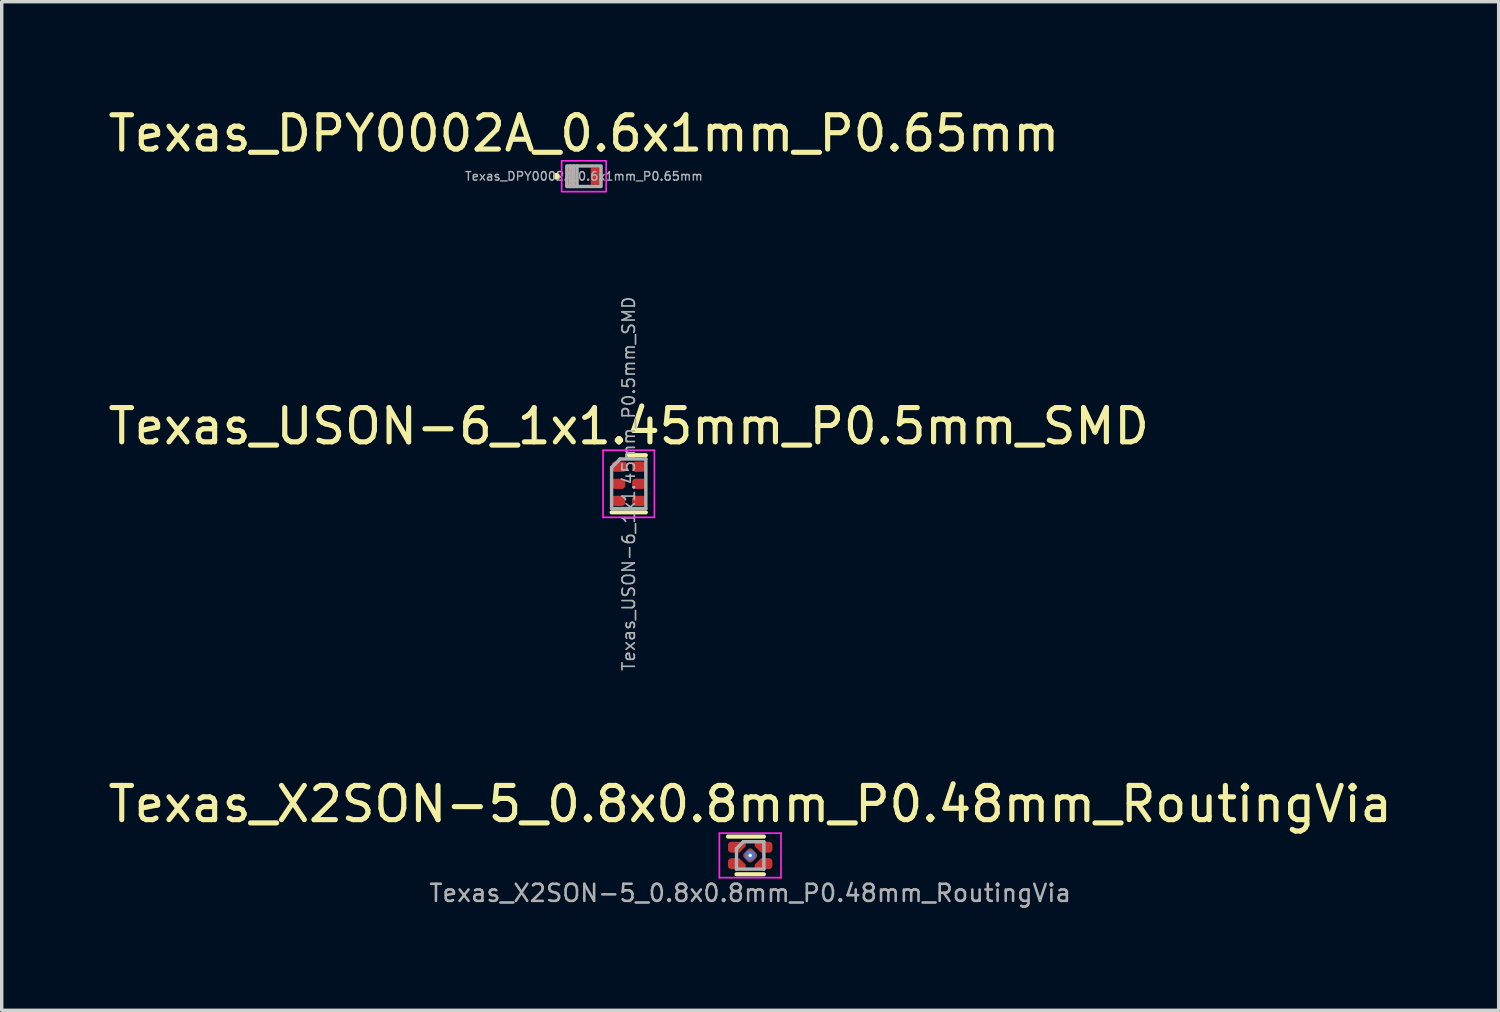
<source format=kicad_pcb>
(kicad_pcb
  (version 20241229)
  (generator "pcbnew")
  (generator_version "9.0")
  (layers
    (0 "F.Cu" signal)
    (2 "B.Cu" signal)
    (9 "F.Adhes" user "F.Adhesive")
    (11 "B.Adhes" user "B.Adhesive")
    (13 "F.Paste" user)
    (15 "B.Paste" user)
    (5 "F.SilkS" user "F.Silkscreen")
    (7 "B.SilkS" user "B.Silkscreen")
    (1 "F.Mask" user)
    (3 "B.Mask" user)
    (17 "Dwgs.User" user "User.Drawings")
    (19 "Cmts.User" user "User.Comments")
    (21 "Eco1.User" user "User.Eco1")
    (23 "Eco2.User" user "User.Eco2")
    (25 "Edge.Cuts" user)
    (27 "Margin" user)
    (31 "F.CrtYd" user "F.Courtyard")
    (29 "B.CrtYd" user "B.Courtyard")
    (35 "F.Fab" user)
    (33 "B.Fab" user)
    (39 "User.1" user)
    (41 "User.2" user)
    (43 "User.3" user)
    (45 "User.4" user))
  (footprint "Texas_USON-6_1x1.45mm_P0.5mm_SMD"
    (layer "F.Cu")
    (at 15.315 11.081)
    (property "Reference" "Texas_USON-6_1x1.45mm_P0.5mm_SMD" (at 0 -1.68 0) (layer "F.SilkS") (effects (font (size 1 1) (thickness 0.15))))
    (attr smd)
    (fp_line (start -0.5 0.835) (end 0.5 0.835) (stroke (width 0.12) (type solid)) (layer "F.SilkS"))
    (fp_line (start 0 -0.835) (end 0.5 -0.835) (stroke (width 0.12) (type solid)) (layer "F.SilkS"))
    (fp_line (start -0.75 -0.98) (end -0.75 0.98) (stroke (width 0.05) (type solid)) (layer "F.CrtYd"))
    (fp_line (start -0.75 0.98) (end 0.75 0.98) (stroke (width 0.05) (type solid)) (layer "F.CrtYd"))
    (fp_line (start 0.75 -0.98) (end -0.75 -0.98) (stroke (width 0.05) (type solid)) (layer "F.CrtYd"))
    (fp_line (start 0.75 0.98) (end 0.75 -0.98) (stroke (width 0.05) (type solid)) (layer "F.CrtYd"))
    (fp_line (start -0.5 -0.475) (end -0.25 -0.725) (stroke (width 0.1) (type solid)) (layer "F.Fab"))
    (fp_line (start -0.5 0.725) (end -0.5 -0.475) (stroke (width 0.1) (type solid)) (layer "F.Fab"))
    (fp_line (start -0.25 -0.725) (end 0.5 -0.725) (stroke (width 0.1) (type solid)) (layer "F.Fab"))
    (fp_line (start 0.5 -0.725) (end 0.5 0.725) (stroke (width 0.1) (type solid)) (layer "F.Fab"))
    (fp_line (start 0.5 0.725) (end -0.5 0.725) (stroke (width 0.1) (type solid)) (layer "F.Fab"))
    (fp_text user "${REFERENCE}" (at 0 0 90) (layer "F.Fab") (effects (font (size 0.36 0.36) (thickness 0.05))))
    (pad "1" smd roundrect (at -0.275 -0.5) (size 0.45 0.3) (layers "F.Cu" "F.Mask" "F.Paste") (roundrect_rratio 0.333))
    (pad "2" smd roundrect (at -0.3 0) (size 0.4 0.3) (layers "F.Cu" "F.Mask" "F.Paste") (roundrect_rratio 0.333))
    (pad "3" smd roundrect (at -0.3 0.5) (size 0.4 0.3) (layers "F.Cu" "F.Mask" "F.Paste") (roundrect_rratio 0.333))
    (pad "4" smd roundrect (at 0.3 0.5) (size 0.4 0.3) (layers "F.Cu" "F.Mask" "F.Paste") (roundrect_rratio 0.333))
    (pad "5" smd roundrect (at 0.3 0) (size 0.4 0.3) (layers "F.Cu" "F.Mask" "F.Paste") (roundrect_rratio 0.333))
    (pad "6" smd roundrect (at 0.3 -0.5) (size 0.4 0.3) (layers "F.Cu" "F.Mask" "F.Paste") (roundrect_rratio 0.333)))
  (footprint "Texas_DPY0002A_0.6x1mm_P0.65mm"
    (layer "F.Cu")
    (at 14.006 2.098)
    (property "Reference" "Texas_DPY0002A_0.6x1mm_P0.65mm" (at 0 -1.25 0) (unlocked yes) (layer "F.SilkS") (effects (font (size 1 1) (thickness 0.15))))
    (attr smd)
    (fp_circle (center -0.8 0) (end -0.75 0) (stroke (width 0.1) (type solid)) (fill no) (layer "F.SilkS"))
    (fp_rect (start -0.65 -0.45) (end 0.65 0.45) (stroke (width 0.05) (type solid)) (fill no) (layer "F.CrtYd"))
    (fp_line (start -0.4 0.3) (end -0.4 -0.3) (stroke (width 0.1) (type solid)) (layer "F.Fab"))
    (fp_line (start -0.3 0.3) (end -0.3 -0.3) (stroke (width 0.1) (type solid)) (layer "F.Fab"))
    (fp_line (start -0.2 0.3) (end -0.2 -0.3) (stroke (width 0.1) (type solid)) (layer "F.Fab"))
    (fp_rect (start -0.5 -0.3) (end 0.5 0.3) (stroke (width 0.1) (type solid)) (fill no) (layer "F.Fab"))
    (fp_text user "${REFERENCE}" (at 0 0 0) (layer "F.Fab") (effects (font (size 0.25 0.25) (thickness 0.04))))
    (pad "1" smd rect (at -0.35 0) (size 0.3 0.5) (layers "F.Cu" "F.Mask" "F.Paste"))
    (pad "2" smd rect (at 0.35 0) (size 0.3 0.5) (layers "F.Cu" "F.Mask" "F.Paste")))
  (footprint "Texas_X2SON-5_0.8x0.8mm_P0.48mm_RoutingVia"
    (layer "F.Cu")
    (at 18.863 21.937)
    (property "Reference" "Texas_X2SON-5_0.8x0.8mm_P0.48mm_RoutingVia" (at 0 -1.5 0) (layer "F.SilkS") (effects (font (size 1 1) (thickness 0.15))))
    (attr smd)
    (fp_line (start -0.65 -0.55) (end 0.4 -0.55) (stroke (width 0.12) (type solid)) (layer "F.SilkS"))
    (fp_line (start -0.4 0.55) (end 0.4 0.55) (stroke (width 0.12) (type solid)) (layer "F.SilkS"))
    (fp_line (start -0.9 -0.65) (end 0.9 -0.65) (stroke (width 0.05) (type solid)) (layer "F.CrtYd"))
    (fp_line (start -0.9 0.65) (end -0.9 -0.65) (stroke (width 0.05) (type solid)) (layer "F.CrtYd"))
    (fp_line (start 0.9 -0.65) (end 0.9 0.65) (stroke (width 0.05) (type solid)) (layer "F.CrtYd"))
    (fp_line (start 0.9 0.65) (end -0.9 0.65) (stroke (width 0.05) (type solid)) (layer "F.CrtYd"))
    (fp_line (start -0.4 -0.2) (end -0.2 -0.4) (stroke (width 0.1) (type solid)) (layer "F.Fab"))
    (fp_line (start -0.4 0.4) (end -0.4 -0.2) (stroke (width 0.1) (type solid)) (layer "F.Fab"))
    (fp_line (start -0.2 -0.4) (end 0.4 -0.4) (stroke (width 0.1) (type solid)) (layer "F.Fab"))
    (fp_line (start 0.4 -0.4) (end 0.4 0.4) (stroke (width 0.1) (type solid)) (layer "F.Fab"))
    (fp_line (start 0.4 0.4) (end -0.4 0.4) (stroke (width 0.1) (type solid)) (layer "F.Fab"))
    (fp_text user "${REFERENCE}" (at 0 1.1 0) (unlocked yes) (layer "F.Fab") (effects (font (size 0.5 0.5) (thickness 0.075))))
    (pad "" smd custom (at -0.39 -0.24) (size 0.15 0.15) (layers "F.Mask" "F.Paste") (options (anchor circle)) (primitives (gr_poly (pts (xy 0.05 0.11) (xy 0.21 -0.05) (xy 0.21 -0.11) (xy -0.16 -0.11) (xy -0.195 -0.095) (xy -0.21 -0.06) (xy -0.21 0.06) (xy -0.195 0.095) (xy -0.16 0.11)) (width 0) (fill yes))))
    (pad "" smd custom (at -0.39 0.24) (size 0.05 0.05) (layers "F.Mask" "F.Paste") (options (anchor circle)) (primitives (gr_poly (pts (xy -0.16 -0.11) (xy 0.05 -0.11) (xy 0.21 0.05) (xy 0.21 0.11) (xy -0.16 0.11) (xy -0.195 0.095) (xy -0.21 0.06) (xy -0.21 -0.06) (xy -0.195 -0.095)) (width 0) (fill yes))))
    (pad "" smd custom (at 0.39 -0.24) (size 0.05 0.05) (layers "F.Mask" "F.Paste") (options (anchor circle)) (primitives (gr_poly (pts (xy 0.16 0.11) (xy -0.05 0.11) (xy -0.21 -0.05) (xy -0.21 -0.11) (xy 0.16 -0.11) (xy 0.195 -0.095) (xy 0.21 -0.06) (xy 0.21 0.06) (xy 0.195 0.095)) (width 0) (fill yes))))
    (pad "" smd custom (at 0.39 0.24) (size 0.15 0.15) (layers "F.Paste") (options (anchor circle)) (primitives (gr_poly (pts (xy -0.05 -0.11) (xy -0.21 0.05) (xy -0.21 0.11) (xy 0.16 0.11) (xy 0.195 0.095) (xy 0.21 0.06) (xy 0.21 -0.06) (xy 0.195 -0.095) (xy 0.16 -0.11)) (width 0) (fill yes))))
    (pad "1" smd custom (at -0.39 -0.24) (size 0.15 0.15) (layers "F.Cu" "F.Mask") (options (anchor circle)) (primitives (gr_poly (pts (xy 0.071 0.16) (xy 0.26 -0.029) (xy 0.26 -0.16) (xy -0.16 -0.16) (xy -0.21 -0.147) (xy -0.247 -0.11) (xy -0.26 -0.06) (xy -0.26 0.06) (xy -0.247 0.11) (xy -0.21 0.147) (xy -0.16 0.16)) (width 0) (fill yes))))
    (pad "2" smd custom (at -0.39 0.24) (size 0.05 0.05) (layers "F.Cu" "F.Mask") (options (anchor circle)) (primitives (gr_poly (pts (xy -0.21 -0.147) (xy -0.16 -0.16) (xy 0.071 -0.16) (xy 0.26 0.029) (xy 0.26 0.16) (xy -0.16 0.16) (xy -0.21 0.147) (xy -0.247 0.11) (xy -0.26 0.06) (xy -0.26 -0.06) (xy -0.247 -0.11)) (width 0) (fill yes))))
    (pad "3" thru_hole circle (at 0 0) (size 0.305 0.305) (drill 0.102) (layers "*.Cu" "*.Mask"))
    (pad "3" smd roundrect (at 0 0 45) (size 0.35 0.35) (layers "F.Cu" "F.Mask" "F.Paste") (roundrect_rratio 0.286))
    (pad "4" smd custom (at 0.39 0.24) (size 0.15 0.15) (layers "F.Cu" "F.Mask") (options (anchor circle)) (primitives (gr_poly (pts (xy -0.071 -0.16) (xy -0.26 0.029) (xy -0.26 0.16) (xy 0.16 0.16) (xy 0.21 0.147) (xy 0.247 0.11) (xy 0.26 0.06) (xy 0.26 -0.06) (xy 0.247 -0.11) (xy 0.21 -0.147) (xy 0.16 -0.16)) (width 0) (fill yes))))
    (pad "5" smd custom (at 0.39 -0.24) (size 0.05 0.05) (layers "F.Cu" "F.Mask") (options (anchor circle)) (primitives (gr_poly (pts (xy 0.21 0.147) (xy 0.16 0.16) (xy -0.071 0.16) (xy -0.26 -0.029) (xy -0.26 -0.16) (xy 0.16 -0.16) (xy 0.21 -0.147) (xy 0.247 -0.11) (xy 0.26 -0.06) (xy 0.26 0.06) (xy 0.247 0.11)) (width 0) (fill yes)))))
  (gr_rect
    (start -3 -3)
    (end 40.726 26.461)
    (stroke (width 0.1) (type default))
    (fill no)
    (layer "Edge.Cuts")))
</source>
